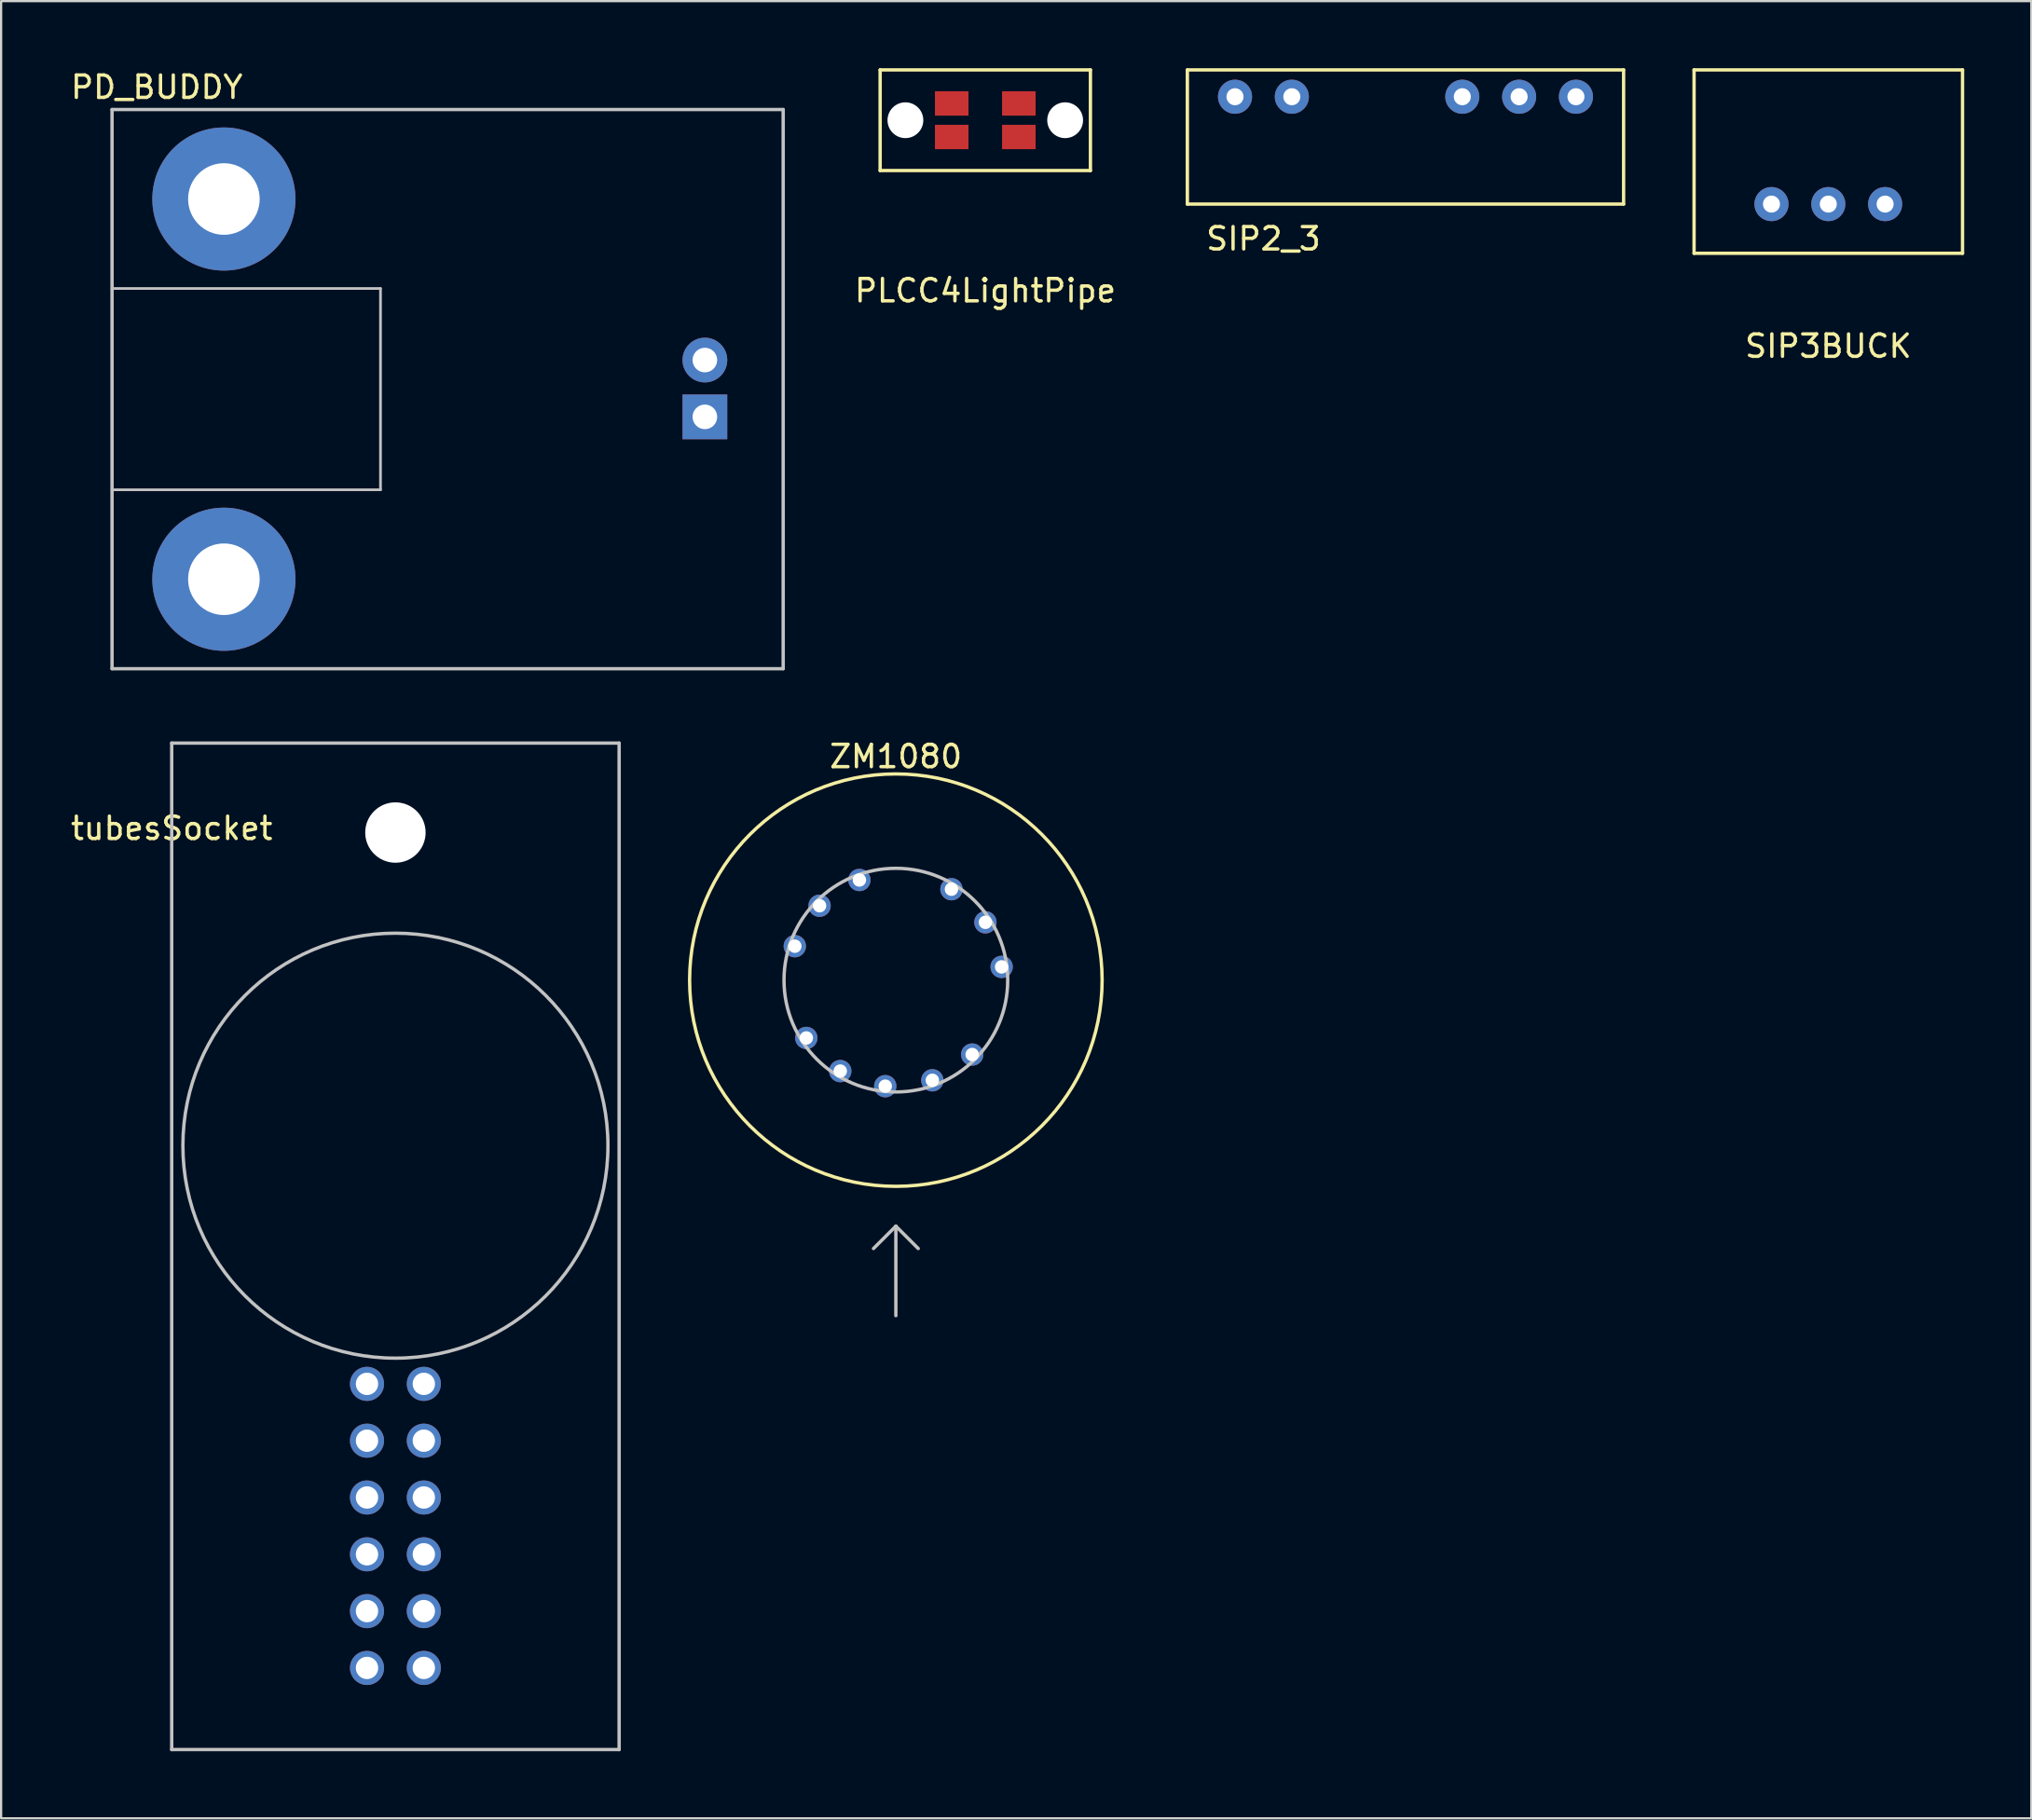
<source format=kicad_pcb>
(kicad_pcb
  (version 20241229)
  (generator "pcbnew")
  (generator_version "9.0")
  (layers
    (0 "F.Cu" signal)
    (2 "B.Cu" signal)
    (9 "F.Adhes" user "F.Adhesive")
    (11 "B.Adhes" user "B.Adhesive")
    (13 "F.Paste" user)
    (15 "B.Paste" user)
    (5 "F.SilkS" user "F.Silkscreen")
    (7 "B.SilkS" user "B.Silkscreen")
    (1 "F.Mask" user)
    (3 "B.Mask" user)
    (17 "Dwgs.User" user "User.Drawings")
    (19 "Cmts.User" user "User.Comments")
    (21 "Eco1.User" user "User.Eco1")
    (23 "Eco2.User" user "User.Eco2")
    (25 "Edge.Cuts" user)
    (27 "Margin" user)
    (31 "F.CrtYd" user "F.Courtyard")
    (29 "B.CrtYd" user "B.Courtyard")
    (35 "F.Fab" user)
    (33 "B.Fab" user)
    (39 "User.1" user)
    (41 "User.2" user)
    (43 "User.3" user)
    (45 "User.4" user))
  (footprint "SIP2_3"
    (layer "F.Cu")
    (at 52.155 1.275)
    (property "Reference" "SIP2_3" (at 1.27 6.35 0) (layer "F.SilkS") (effects (font (size 1 1) (thickness 0.15))))
    (attr through_hole)
    (fp_line (start -2.13 -1.2) (end 17.37 -1.2) (stroke (width 0.15) (type solid)) (layer "F.SilkS"))
    (fp_line (start -2.13 4.8) (end -2.13 -1.2) (stroke (width 0.15) (type solid)) (layer "F.SilkS"))
    (fp_line (start 17.37 -1.2) (end 17.37 4.8) (stroke (width 0.15) (type solid)) (layer "F.SilkS"))
    (fp_line (start 17.37 4.8) (end -2.13 4.8) (stroke (width 0.15) (type solid)) (layer "F.SilkS"))
    (pad "COM" thru_hole circle (at 12.7 0) (size 1.524 1.524) (drill 0.762) (layers "*.Cu" "*.Mask"))
    (pad "Vin+" thru_hole circle (at 0 0) (size 1.524 1.524) (drill 0.762) (layers "*.Cu" "*.Mask"))
    (pad "Vin-" thru_hole circle (at 2.54 0) (size 1.524 1.524) (drill 0.762) (layers "*.Cu" "*.Mask"))
    (pad "Vout+" thru_hole circle (at 15.24 0) (size 1.524 1.524) (drill 0.762) (layers "*.Cu" "*.Mask"))
    (pad "Vout-" thru_hole circle (at 10.16 0) (size 1.524 1.524) (drill 0.762) (layers "*.Cu" "*.Mask")))
  (footprint "PLCC4LightPipe"
    (layer "F.Cu")
    (at 40.992 2.325)
    (property "Reference" "PLCC4LightPipe" (at 0 7.62 0) (layer "F.SilkS") (effects (font (size 1 1) (thickness 0.15))))
    (attr through_hole)
    (fp_line (start -4.7 -2.25) (end 4.7 -2.25) (stroke (width 0.15) (type solid)) (layer "F.SilkS"))
    (fp_line (start -4.7 2.25) (end -4.7 -2.25) (stroke (width 0.15) (type solid)) (layer "F.SilkS"))
    (fp_line (start 4.7 -2.25) (end 4.7 2.25) (stroke (width 0.15) (type solid)) (layer "F.SilkS"))
    (fp_line (start 4.7 2.25) (end -4.7 2.25) (stroke (width 0.15) (type solid)) (layer "F.SilkS"))
    (pad "" np_thru_hole circle (at -3.57 0) (size 1.6 1.6) (drill 1.6) (layers "*.Cu" "*.Mask"))
    (pad "" np_thru_hole circle (at 3.57 0) (size 1.6 1.6) (drill 1.6) (layers "*.Cu" "*.Mask"))
    (pad "1" smd rect (at 1.5 -0.75) (size 1.5 1.09) (layers "F.Cu" "F.Mask" "F.Paste"))
    (pad "2" smd rect (at 1.5 0.75) (size 1.5 1.09) (layers "F.Cu" "F.Mask" "F.Paste"))
    (pad "3" smd rect (at -1.5 -0.75) (size 1.5 1.09) (layers "F.Cu" "F.Mask" "F.Paste"))
    (pad "4" smd rect (at -1.5 0.75) (size 1.5 1.09) (layers "F.Cu" "F.Mask" "F.Paste")))
  (footprint "tubesSocket"
    (layer "F.Cu")
    (at 4.625 30.173)
    (property "Reference" "tubesSocket" (at 0 3.81 0) (layer "F.SilkS") (effects (font (size 1 1) (thickness 0.15))))
    (attr through_hole)
    (fp_line (start 0 0) (end 20 0) (stroke (width 0.15) (type solid)) (layer "Dwgs.User"))
    (fp_line (start 0 45) (end 0 0) (stroke (width 0.15) (type solid)) (layer "Dwgs.User"))
    (fp_line (start 20 0) (end 20 45) (stroke (width 0.15) (type solid)) (layer "Dwgs.User"))
    (fp_line (start 20 45) (end 0 45) (stroke (width 0.15) (type solid)) (layer "Dwgs.User"))
    (fp_circle (center 10 18) (end 19.5 18) (stroke (width 0.15) (type solid)) (fill no) (layer "Dwgs.User"))
    (pad "" np_thru_hole circle (at 10 4) (size 2.7 2.7) (drill 2.7) (layers "*.Mask" "F.Cu"))
    (pad "A" thru_hole circle (at 8.73 28.65) (size 1.524 1.524) (drill 1) (layers "*.Cu" "*.Mask"))
    (pad "C0" thru_hole circle (at 8.73 31.19) (size 1.524 1.524) (drill 1) (layers "*.Cu" "*.Mask"))
    (pad "C1" thru_hole circle (at 11.27 28.65) (size 1.524 1.524) (drill 1) (layers "*.Cu" "*.Mask"))
    (pad "C2" thru_hole circle (at 11.27 31.19) (size 1.524 1.524) (drill 1) (layers "*.Cu" "*.Mask"))
    (pad "C3" thru_hole circle (at 11.27 33.73) (size 1.524 1.524) (drill 1) (layers "*.Cu" "*.Mask"))
    (pad "C4" thru_hole circle (at 11.27 36.27) (size 1.524 1.524) (drill 1) (layers "*.Cu" "*.Mask"))
    (pad "C5" thru_hole circle (at 11.27 38.81) (size 1.524 1.524) (drill 1) (layers "*.Cu" "*.Mask"))
    (pad "C6" thru_hole circle (at 11.27 41.35) (size 1.524 1.524) (drill 1) (layers "*.Cu" "*.Mask"))
    (pad "C7" thru_hole circle (at 8.73 38.81) (size 1.524 1.524) (drill 1) (layers "*.Cu" "*.Mask"))
    (pad "C8" thru_hole circle (at 8.73 36.27) (size 1.524 1.524) (drill 1) (layers "*.Cu" "*.Mask"))
    (pad "C9" thru_hole circle (at 8.73 33.73) (size 1.524 1.524) (drill 1) (layers "*.Cu" "*.Mask"))
    (pad "NC" thru_hole circle (at 8.73 41.35) (size 1.524 1.524) (drill 1) (layers "*.Cu" "*.Mask")))
  (footprint "SIP3BUCK"
    (layer "F.Cu")
    (at 78.675 6.075)
    (property "Reference" "SIP3BUCK" (at 0 6.35 0) (layer "F.SilkS") (effects (font (size 1 1) (thickness 0.15))))
    (attr through_hole)
    (fp_line (start -6 -6) (end 6 -6) (stroke (width 0.15) (type solid)) (layer "F.SilkS"))
    (fp_line (start -6 2.2) (end -6 -6) (stroke (width 0.15) (type solid)) (layer "F.SilkS"))
    (fp_line (start 6 -6) (end 6 2.2) (stroke (width 0.15) (type solid)) (layer "F.SilkS"))
    (fp_line (start 6 2.2) (end -6 2.2) (stroke (width 0.15) (type solid)) (layer "F.SilkS"))
    (pad "GND" thru_hole circle (at 0 0) (size 1.524 1.524) (drill 0.762) (layers "*.Cu" "*.Mask"))
    (pad "Vin" thru_hole circle (at -2.54 0) (size 1.524 1.524) (drill 0.762) (layers "*.Cu" "*.Mask"))
    (pad "Vout" thru_hole circle (at 2.54 0) (size 1.524 1.524) (drill 0.762) (layers "*.Cu" "*.Mask")))
  (footprint "PD_BUDDY"
    (layer "F.Cu")
    (at 1.958 1.848)
    (property "Reference" "PD_BUDDY" (at 2 -1 0) (layer "F.SilkS") (effects (font (size 1 1) (thickness 0.15))))
    (attr through_hole)
    (fp_line (start 0 0) (end 30 0) (stroke (width 0.15) (type solid)) (layer "Dwgs.User"))
    (fp_line (start 0 17) (end 12 17) (stroke (width 0.12) (type solid)) (layer "Dwgs.User"))
    (fp_line (start 0 25) (end 0 0) (stroke (width 0.15) (type solid)) (layer "Dwgs.User"))
    (fp_line (start 12 8) (end 0 8) (stroke (width 0.12) (type solid)) (layer "Dwgs.User"))
    (fp_line (start 12 17) (end 12 8) (stroke (width 0.12) (type solid)) (layer "Dwgs.User"))
    (fp_line (start 30 0) (end 30 25) (stroke (width 0.15) (type solid)) (layer "Dwgs.User"))
    (fp_line (start 30 25) (end 0 25) (stroke (width 0.15) (type solid)) (layer "Dwgs.User"))
    (pad "GND" thru_hole circle (at 26.5 11.2) (size 2 2) (drill 1.1) (layers "*.Cu" "*.Mask"))
    (pad "MH1" thru_hole circle (at 5 4) (size 6.4 6.4) (drill 3.2) (layers "*.Cu" "*.Mask"))
    (pad "MH2" thru_hole circle (at 5 21) (size 6.4 6.4) (drill 3.2) (layers "*.Cu" "*.Mask"))
    (pad "OUT" thru_hole rect (at 26.5 13.74) (size 2 2) (drill 1.1) (layers "*.Cu" "*.Mask")))
  (footprint "ZM1080"
    (layer "F.Cu")
    (at 36.995 40.772)
    (property "Reference" "ZM1080" (at 0 -10 0) (layer "F.SilkS") (effects (font (size 1 1) (thickness 0.15))))
    (attr through_hole)
    (fp_circle (center 0 0) (end 6 -7) (stroke (width 0.15) (type solid)) (fill no) (layer "F.SilkS"))
    (fp_line (start 0 11) (end -1 12) (stroke (width 0.15) (type solid)) (layer "Dwgs.User"))
    (fp_line (start 0 11) (end 1 12) (stroke (width 0.15) (type solid)) (layer "Dwgs.User"))
    (fp_line (start 0 15) (end 0 11) (stroke (width 0.15) (type solid)) (layer "Dwgs.User"))
    (fp_circle (center 0 0) (end 3 -4) (stroke (width 0.15) (type solid)) (fill no) (layer "Dwgs.User"))
    (pad "A" thru_hole circle (at 2.485 -4.066) (size 1 1) (drill 0.6) (layers "*.Cu" "*.Mask"))
    (pad "C0" thru_hole circle (at 4.003 -2.585) (size 1 1) (drill 0.6) (layers "*.Cu" "*.Mask"))
    (pad "C1" thru_hole circle (at -1.63 -4.478) (size 1 1) (drill 0.6) (layers "*.Cu" "*.Mask"))
    (pad "C2" thru_hole circle (at -3.411 -3.327) (size 1 1) (drill 0.6) (layers "*.Cu" "*.Mask"))
    (pad "C3" thru_hole circle (at -4.517 -1.518) (size 1 1) (drill 0.6) (layers "*.Cu" "*.Mask"))
    (pad "C4" thru_hole circle (at -4.003 2.585) (size 1 1) (drill 0.6) (layers "*.Cu" "*.Mask"))
    (pad "C5" thru_hole circle (at -2.485 4.066) (size 1 1) (drill 0.6) (layers "*.Cu" "*.Mask"))
    (pad "C6" thru_hole circle (at -0.474 4.741) (size 1 1) (drill 0.6) (layers "*.Cu" "*.Mask"))
    (pad "C7" thru_hole circle (at 1.63 4.478) (size 1 1) (drill 0.6) (layers "*.Cu" "*.Mask"))
    (pad "C8" thru_hole circle (at 3.411 3.327) (size 1 1) (drill 0.6) (layers "*.Cu" "*.Mask"))
    (pad "C9" thru_hole circle (at 4.728 -0.592) (size 1 1) (drill 0.6) (layers "*.Cu" "*.Mask")))
  (gr_rect
    (start -3 -3)
    (end 87.75 78.248)
    (stroke (width 0.1) (type default))
    (fill no)
    (layer "Edge.Cuts")))
</source>
